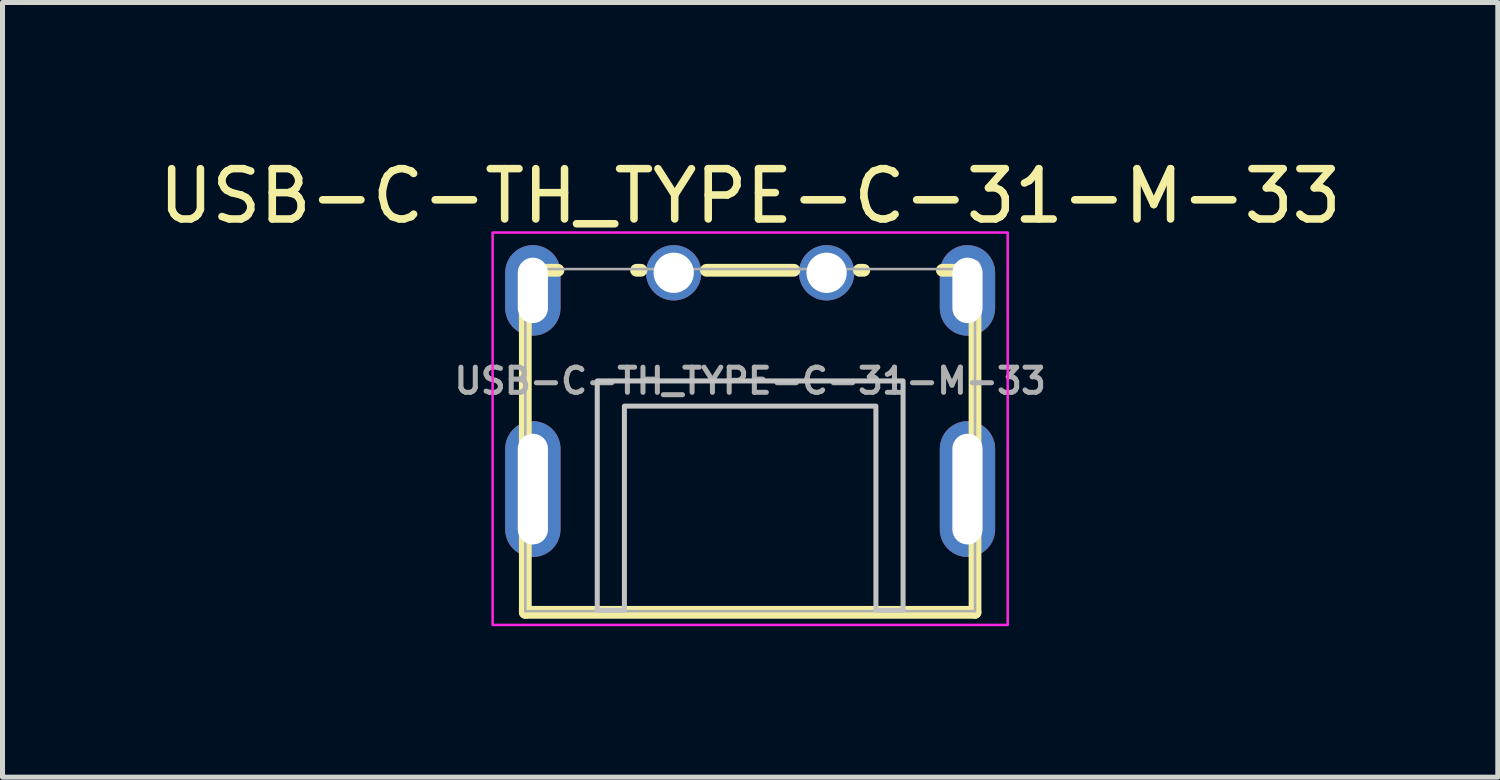
<source format=kicad_pcb>
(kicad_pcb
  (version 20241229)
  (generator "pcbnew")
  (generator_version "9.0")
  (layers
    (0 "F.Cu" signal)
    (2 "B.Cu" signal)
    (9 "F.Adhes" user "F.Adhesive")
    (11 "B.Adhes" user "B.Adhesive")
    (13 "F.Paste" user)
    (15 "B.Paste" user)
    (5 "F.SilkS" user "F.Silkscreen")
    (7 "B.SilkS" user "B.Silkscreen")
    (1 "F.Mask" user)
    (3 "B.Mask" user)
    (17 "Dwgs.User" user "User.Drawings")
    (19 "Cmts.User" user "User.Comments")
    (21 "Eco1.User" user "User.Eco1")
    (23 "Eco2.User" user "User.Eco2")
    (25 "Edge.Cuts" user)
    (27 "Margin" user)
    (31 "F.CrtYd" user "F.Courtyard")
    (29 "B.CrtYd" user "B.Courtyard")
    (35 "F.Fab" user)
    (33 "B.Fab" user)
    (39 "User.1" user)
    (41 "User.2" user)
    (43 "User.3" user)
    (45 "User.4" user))
  (footprint "USB-C-TH_TYPE-C-31-M-33"
    (layer "F.Cu")
    (at 11.863 4.523)
    (property "Reference" "USB-C-TH_TYPE-C-31-M-33" (at 0 -3.675 0) (layer "F.SilkS") (effects (font (size 1 1) (thickness 0.15))))
    (fp_line (start -4.47 4.6) (end -4.47 -2.2) (stroke (width 0.254) (type default)) (layer "F.SilkS"))
    (fp_line (start -4.47 4.6) (end 4.47 4.6) (stroke (width 0.254) (type default)) (layer "F.SilkS"))
    (fp_line (start -3.821 -2.2) (end -4.47 -2.2) (stroke (width 0.254) (type default)) (layer "F.SilkS"))
    (fp_line (start -2.171 -2.2) (end -2.259 -2.2) (stroke (width 0.254) (type default)) (layer "F.SilkS"))
    (fp_line (start 0.869 -2.2) (end -0.869 -2.2) (stroke (width 0.254) (type default)) (layer "F.SilkS"))
    (fp_line (start 2.259 -2.2) (end 2.171 -2.2) (stroke (width 0.254) (type default)) (layer "F.SilkS"))
    (fp_line (start 4.47 -2.2) (end 3.821 -2.2) (stroke (width 0.254) (type default)) (layer "F.SilkS"))
    (fp_line (start 4.47 4.6) (end 4.47 -2.2) (stroke (width 0.254) (type default)) (layer "F.SilkS"))
    (fp_poly (pts (xy -3.04 4.56) (xy -3.04 0) (xy 3.04 0) (xy 3.04 4.56) (xy 2.56 4.56) (xy 2.5 4.56) (xy 2.5 0.5) (xy -2.5 0.5) (xy -2.5 4.56)) (stroke (width 0.1) (type default)) (fill no) (layer "Dwgs.User"))
    (fp_rect (start -5.12 -2.95) (end 5.12 4.851) (stroke (width 0.05) (type default)) (fill no) (layer "F.CrtYd"))
    (fp_line (start -4.47 -2.224) (end 4.47 -2.224) (stroke (width 0.051) (type default)) (layer "F.Fab"))
    (fp_line (start -4.47 4.576) (end -4.47 -2.224) (stroke (width 0.051) (type default)) (layer "F.Fab"))
    (fp_line (start 4.47 -2.224) (end 4.47 4.576) (stroke (width 0.051) (type default)) (layer "F.Fab"))
    (fp_line (start 4.47 4.576) (end -4.47 4.576) (stroke (width 0.051) (type default)) (layer "F.Fab"))
    (fp_poly (pts (xy 4.525 -2.323) (xy 4.493 -2.355) (xy 4.447 -2.355) (xy 4.415 -2.323) (xy 4.415 -2.277) (xy 4.447 -2.245) (xy 4.493 -2.245) (xy 4.525 -2.277)) (stroke (width 0.1) (type default)) (fill no) (layer "F.Fab"))
    (fp_poly (pts (xy -4.47 1.4) (xy -4.17 1.4) (xy -4.17 2.9) (xy -4.47 2.9)) (stroke (width 0.1) (type default)) (fill no) (layer "User.1"))
    (fp_poly (pts (xy -4.17 -2.2) (xy -4.17 -1.4) (xy -4.47 -1.4) (xy -4.47 -2.2)) (stroke (width 0.1) (type default)) (fill no) (layer "User.1"))
    (fp_poly (pts (xy -1.8 -2.3) (xy -1.24 -2.3) (xy -1.24 -2) (xy -1.8 -2)) (stroke (width 0.1) (type default)) (fill no) (layer "User.1"))
    (fp_poly (pts (xy 1.24 -2.3) (xy 1.8 -2.3) (xy 1.8 -2) (xy 1.24 -2)) (stroke (width 0.1) (type default)) (fill no) (layer "User.1"))
    (fp_poly (pts (xy 4.17 1.4) (xy 4.47 1.4) (xy 4.47 2.9) (xy 4.17 2.9)) (stroke (width 0.1) (type default)) (fill no) (layer "User.1"))
    (fp_poly (pts (xy 4.47 -2.2) (xy 4.47 -1.4) (xy 4.17 -1.4) (xy 4.17 -2.2)) (stroke (width 0.1) (type default)) (fill no) (layer "User.1"))
    (fp_text user "${REFERENCE}" (at 0 0 0) (layer "F.Fab") (effects (font (size 0.5 0.5) (thickness 0.1))))
    (pad "3" thru_hole oval (at 4.32 -1.8 90) (size 1.8 1.1) (drill oval 1.3 0.6) (layers "*.Cu" "*.Mask"))
    (pad "4" thru_hole oval (at 4.32 2.15) (size 1.1 2.7) (drill oval 0.6 2.2) (layers "*.Cu" "*.Mask"))
    (pad "5" thru_hole oval (at -4.32 2.15) (size 1.1 2.7) (drill oval 0.6 2.2) (layers "*.Cu" "*.Mask"))
    (pad "6" thru_hole oval (at -4.32 -1.8 90) (size 1.8 1.1) (drill oval 1.3 0.6) (layers "*.Cu" "*.Mask"))
    (pad "A9" thru_hole circle (at 1.52 -2.15) (size 1.1 1.1) (drill 0.8) (layers "*.Cu" "*.Mask"))
    (pad "B12" thru_hole circle (at -1.52 -2.15) (size 1.1 1.1) (drill 0.8) (layers "*.Cu" "*.Mask")))
  (gr_rect
    (start -3 -3)
    (end 26.726 12.4)
    (stroke (width 0.1) (type default))
    (fill no)
    (layer "Edge.Cuts")))
</source>
